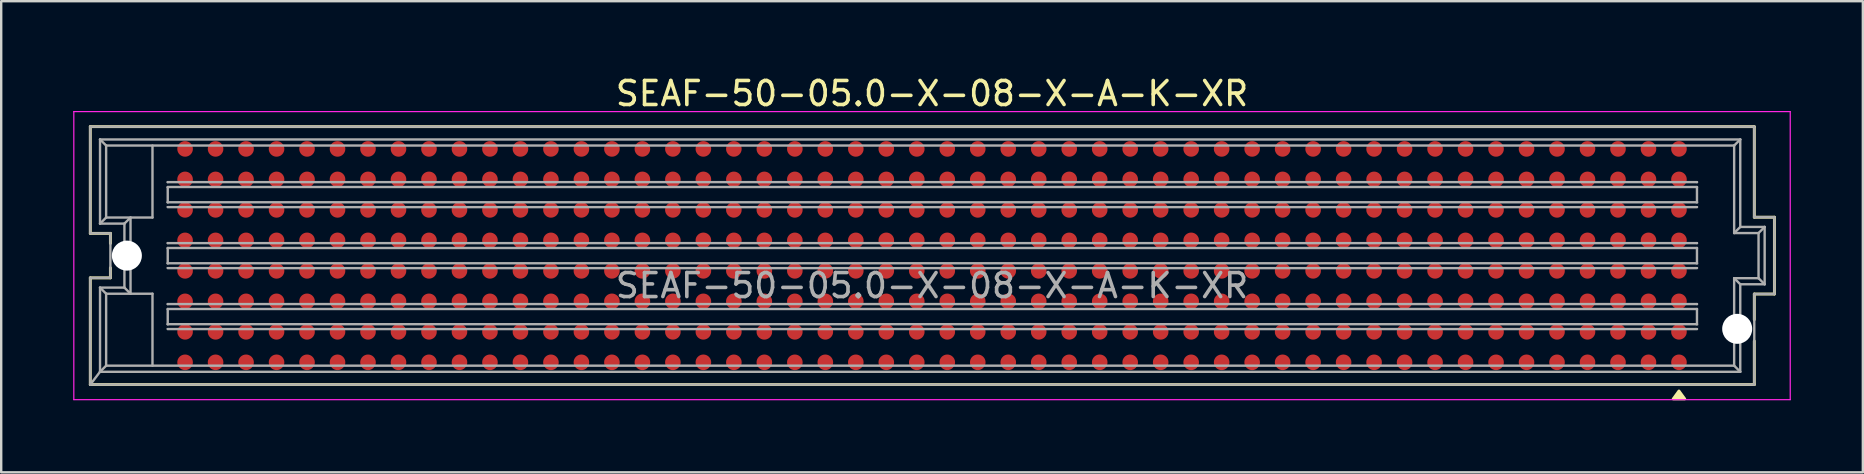
<source format=kicad_pcb>
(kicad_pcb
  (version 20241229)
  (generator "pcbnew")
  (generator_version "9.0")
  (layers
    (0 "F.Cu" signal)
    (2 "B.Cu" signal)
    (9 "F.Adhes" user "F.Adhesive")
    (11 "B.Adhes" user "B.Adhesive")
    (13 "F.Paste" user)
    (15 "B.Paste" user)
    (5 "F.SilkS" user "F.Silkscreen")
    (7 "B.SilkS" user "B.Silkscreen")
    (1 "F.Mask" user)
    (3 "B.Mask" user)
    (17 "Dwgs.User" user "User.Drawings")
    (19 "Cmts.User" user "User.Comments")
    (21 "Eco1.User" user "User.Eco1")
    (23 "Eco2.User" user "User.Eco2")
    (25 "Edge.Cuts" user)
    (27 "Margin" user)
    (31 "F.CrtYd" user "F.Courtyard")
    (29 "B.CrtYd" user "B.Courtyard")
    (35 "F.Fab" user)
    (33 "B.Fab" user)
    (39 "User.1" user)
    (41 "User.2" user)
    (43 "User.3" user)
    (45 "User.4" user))
  (footprint "SEAF-50-05.0-X-08-X-A-K-XR"
    (layer "F.Cu")
    (at 35.775 7.598)
    (property "Reference" "SEAF-50-05.0-X-08-X-A-K-XR" (at 0 -6.75 0) (unlocked yes) (layer "F.SilkS") (effects (font (size 1 1) (thickness 0.15))))
    (attr through_hole)
    (fp_line (start -35.064 -0.927) (end -35.064 -5.372) (stroke (width 0.12) (type default)) (layer "F.SilkS"))
    (fp_line (start -35.064 5.372) (end -35.064 0.927) (stroke (width 0.12) (type default)) (layer "F.SilkS"))
    (fp_line (start -34.226 -0.927) (end -35.064 -0.927) (stroke (width 0.12) (type default)) (layer "F.SilkS"))
    (fp_line (start -34.226 -0.508) (end -34.226 -0.927) (stroke (width 0.12) (type default)) (layer "F.SilkS"))
    (fp_line (start -34.226 0.927) (end -35.064 0.927) (stroke (width 0.12) (type default)) (layer "F.SilkS"))
    (fp_line (start -34.226 0.927) (end -34.226 0.508) (stroke (width 0.12) (type default)) (layer "F.SilkS"))
    (fp_line (start 34.253 -5.372) (end -35.064 -5.372) (stroke (width 0.12) (type default)) (layer "F.SilkS"))
    (fp_line (start 34.253 -1.6) (end 34.253 -5.372) (stroke (width 0.12) (type default)) (layer "F.SilkS"))
    (fp_line (start 34.253 2.667) (end 34.253 1.6) (stroke (width 0.12) (type default)) (layer "F.SilkS"))
    (fp_line (start 34.253 5.372) (end -35.064 5.372) (stroke (width 0.12) (type default)) (layer "F.SilkS"))
    (fp_line (start 34.253 5.372) (end 34.253 3.556) (stroke (width 0.12) (type default)) (layer "F.SilkS"))
    (fp_line (start 35.091 -1.6) (end 34.253 -1.6) (stroke (width 0.12) (type default)) (layer "F.SilkS"))
    (fp_line (start 35.091 1.6) (end 34.253 1.6) (stroke (width 0.12) (type default)) (layer "F.SilkS"))
    (fp_line (start 35.091 1.6) (end 35.091 -1.6) (stroke (width 0.12) (type default)) (layer "F.SilkS"))
    (fp_poly (pts (xy 31.115 5.639) (xy 31.355 5.969) (xy 30.875 5.969) (xy 31.115 5.639)) (stroke (width 0.12) (type solid)) (fill yes) (layer "F.SilkS"))
    (fp_line (start -35.75 -6) (end -35.75 6) (stroke (width 0.05) (type default)) (layer "F.CrtYd"))
    (fp_line (start -35.75 6) (end 35.75 6) (stroke (width 0.05) (type default)) (layer "F.CrtYd"))
    (fp_line (start 35.75 -6) (end -35.75 -6) (stroke (width 0.05) (type default)) (layer "F.CrtYd"))
    (fp_line (start 35.75 6) (end 35.75 -6) (stroke (width 0.05) (type default)) (layer "F.CrtYd"))
    (fp_line (start -35.064 -0.927) (end -35.064 -5.372) (stroke (width 0.1) (type default)) (layer "F.Fab"))
    (fp_line (start -35.064 5.372) (end -35.064 0.927) (stroke (width 0.1) (type default)) (layer "F.Fab"))
    (fp_line (start -34.658 -4.839) (end -34.658 -1.333) (stroke (width 0.1) (type default)) (layer "F.Fab"))
    (fp_line (start -34.658 -1.333) (end -33.642 -1.333) (stroke (width 0.1) (type default)) (layer "F.Fab"))
    (fp_line (start -34.658 1.333) (end -34.658 4.839) (stroke (width 0.1) (type default)) (layer "F.Fab"))
    (fp_line (start -34.658 1.333) (end -34.404 1.587) (stroke (width 0.1) (type default)) (layer "F.Fab"))
    (fp_line (start -34.658 4.839) (end -35.064 5.372) (stroke (width 0.1) (type default)) (layer "F.Fab"))
    (fp_line (start -34.404 -4.585) (end -34.658 -4.839) (stroke (width 0.1) (type default)) (layer "F.Fab"))
    (fp_line (start -34.404 -4.585) (end -34.404 -1.587) (stroke (width 0.1) (type default)) (layer "F.Fab"))
    (fp_line (start -34.404 -1.587) (end -34.658 -1.333) (stroke (width 0.1) (type default)) (layer "F.Fab"))
    (fp_line (start -34.404 -1.587) (end -32.473 -1.587) (stroke (width 0.1) (type default)) (layer "F.Fab"))
    (fp_line (start -34.404 1.587) (end -34.404 4.585) (stroke (width 0.1) (type default)) (layer "F.Fab"))
    (fp_line (start -34.404 4.585) (end -34.658 4.839) (stroke (width 0.1) (type default)) (layer "F.Fab"))
    (fp_line (start -34.226 -0.927) (end -35.064 -0.927) (stroke (width 0.1) (type default)) (layer "F.Fab"))
    (fp_line (start -34.226 0.927) (end -35.064 0.927) (stroke (width 0.1) (type default)) (layer "F.Fab"))
    (fp_line (start -34.226 0.927) (end -34.226 -0.927) (stroke (width 0.1) (type default)) (layer "F.Fab"))
    (fp_line (start -33.642 -1.333) (end -33.642 1.333) (stroke (width 0.1) (type default)) (layer "F.Fab"))
    (fp_line (start -33.642 1.333) (end -34.658 1.333) (stroke (width 0.1) (type default)) (layer "F.Fab"))
    (fp_line (start -33.388 -1.587) (end -33.642 -1.333) (stroke (width 0.1) (type default)) (layer "F.Fab"))
    (fp_line (start -33.388 -1.587) (end -33.388 1.587) (stroke (width 0.1) (type default)) (layer "F.Fab"))
    (fp_line (start -33.388 1.587) (end -33.642 1.333) (stroke (width 0.1) (type default)) (layer "F.Fab"))
    (fp_line (start -32.473 -1.587) (end -32.473 -4.585) (stroke (width 0.1) (type default)) (layer "F.Fab"))
    (fp_line (start -32.473 1.587) (end -34.404 1.587) (stroke (width 0.1) (type default)) (layer "F.Fab"))
    (fp_line (start -32.473 4.585) (end -32.473 1.587) (stroke (width 0.1) (type default)) (layer "F.Fab"))
    (fp_line (start -31.838 -3.061) (end 31.865 -3.061) (stroke (width 0.1) (type default)) (layer "F.Fab"))
    (fp_line (start -31.838 -2.857) (end -31.838 -2.223) (stroke (width 0.1) (type default)) (layer "F.Fab"))
    (fp_line (start -31.838 -2.857) (end 31.865 -2.857) (stroke (width 0.1) (type default)) (layer "F.Fab"))
    (fp_line (start -31.838 -2.223) (end 31.865 -2.223) (stroke (width 0.1) (type default)) (layer "F.Fab"))
    (fp_line (start -31.838 -2.019) (end 31.865 -2.019) (stroke (width 0.1) (type default)) (layer "F.Fab"))
    (fp_line (start -31.838 -0.521) (end 31.865 -0.521) (stroke (width 0.1) (type default)) (layer "F.Fab"))
    (fp_line (start -31.838 -0.318) (end -31.838 0.318) (stroke (width 0.1) (type default)) (layer "F.Fab"))
    (fp_line (start -31.838 -0.318) (end 31.865 -0.318) (stroke (width 0.1) (type default)) (layer "F.Fab"))
    (fp_line (start -31.838 0.318) (end 31.865 0.318) (stroke (width 0.1) (type default)) (layer "F.Fab"))
    (fp_line (start -31.838 0.521) (end 31.865 0.521) (stroke (width 0.1) (type default)) (layer "F.Fab"))
    (fp_line (start -31.838 2.019) (end 31.865 2.019) (stroke (width 0.1) (type default)) (layer "F.Fab"))
    (fp_line (start -31.838 2.223) (end -31.838 2.857) (stroke (width 0.1) (type default)) (layer "F.Fab"))
    (fp_line (start -31.838 2.223) (end 31.865 2.223) (stroke (width 0.1) (type default)) (layer "F.Fab"))
    (fp_line (start -31.838 2.857) (end 31.865 2.857) (stroke (width 0.1) (type default)) (layer "F.Fab"))
    (fp_line (start -31.838 3.061) (end 31.865 3.061) (stroke (width 0.1) (type default)) (layer "F.Fab"))
    (fp_line (start 31.865 -2.857) (end 31.865 -2.223) (stroke (width 0.1) (type default)) (layer "F.Fab"))
    (fp_line (start 31.865 -0.318) (end 31.865 0.318) (stroke (width 0.1) (type default)) (layer "F.Fab"))
    (fp_line (start 31.865 2.223) (end 31.865 2.857) (stroke (width 0.1) (type default)) (layer "F.Fab"))
    (fp_line (start 33.414 -4.585) (end -34.404 -4.585) (stroke (width 0.1) (type default)) (layer "F.Fab"))
    (fp_line (start 33.414 -4.585) (end 33.668 -4.839) (stroke (width 0.1) (type default)) (layer "F.Fab"))
    (fp_line (start 33.414 -0.94) (end 33.414 -4.585) (stroke (width 0.1) (type default)) (layer "F.Fab"))
    (fp_line (start 33.414 -0.94) (end 33.668 -1.194) (stroke (width 0.1) (type default)) (layer "F.Fab"))
    (fp_line (start 33.414 0.94) (end 33.668 1.194) (stroke (width 0.1) (type default)) (layer "F.Fab"))
    (fp_line (start 33.414 0.94) (end 34.43 0.94) (stroke (width 0.1) (type default)) (layer "F.Fab"))
    (fp_line (start 33.414 4.585) (end -34.404 4.585) (stroke (width 0.1) (type default)) (layer "F.Fab"))
    (fp_line (start 33.414 4.585) (end 33.414 0.94) (stroke (width 0.1) (type default)) (layer "F.Fab"))
    (fp_line (start 33.414 4.585) (end 33.668 4.839) (stroke (width 0.1) (type default)) (layer "F.Fab"))
    (fp_line (start 33.668 -4.839) (end -34.658 -4.839) (stroke (width 0.1) (type default)) (layer "F.Fab"))
    (fp_line (start 33.668 -1.194) (end 33.668 -4.839) (stroke (width 0.1) (type default)) (layer "F.Fab"))
    (fp_line (start 33.668 1.194) (end 34.684 1.194) (stroke (width 0.1) (type default)) (layer "F.Fab"))
    (fp_line (start 33.668 4.839) (end -34.658 4.839) (stroke (width 0.1) (type default)) (layer "F.Fab"))
    (fp_line (start 33.668 4.839) (end 33.668 1.194) (stroke (width 0.1) (type default)) (layer "F.Fab"))
    (fp_line (start 34.253 -5.372) (end -35.064 -5.372) (stroke (width 0.1) (type default)) (layer "F.Fab"))
    (fp_line (start 34.253 -1.6) (end 34.253 -5.372) (stroke (width 0.1) (type default)) (layer "F.Fab"))
    (fp_line (start 34.253 5.372) (end -35.064 5.372) (stroke (width 0.1) (type default)) (layer "F.Fab"))
    (fp_line (start 34.253 5.372) (end 34.253 1.6) (stroke (width 0.1) (type default)) (layer "F.Fab"))
    (fp_line (start 34.43 -0.94) (end 33.414 -0.94) (stroke (width 0.1) (type default)) (layer "F.Fab"))
    (fp_line (start 34.43 -0.94) (end 34.684 -1.194) (stroke (width 0.1) (type default)) (layer "F.Fab"))
    (fp_line (start 34.43 0.94) (end 34.43 -0.94) (stroke (width 0.1) (type default)) (layer "F.Fab"))
    (fp_line (start 34.43 0.94) (end 34.684 1.194) (stroke (width 0.1) (type default)) (layer "F.Fab"))
    (fp_line (start 34.684 -1.194) (end 33.668 -1.194) (stroke (width 0.1) (type default)) (layer "F.Fab"))
    (fp_line (start 34.684 1.194) (end 34.684 -1.194) (stroke (width 0.1) (type default)) (layer "F.Fab"))
    (fp_line (start 35.091 -1.6) (end 34.253 -1.6) (stroke (width 0.1) (type default)) (layer "F.Fab"))
    (fp_line (start 35.091 1.6) (end 34.253 1.6) (stroke (width 0.1) (type default)) (layer "F.Fab"))
    (fp_line (start 35.091 1.6) (end 35.091 -1.6) (stroke (width 0.1) (type default)) (layer "F.Fab"))
    (fp_curve (pts (xy -31.838 -3.061) (xy -31.838 -3.063) (xy -31.838 -2.966) (xy -31.838 -2.857)) (stroke (width 0.1) (type default)) (layer "F.Fab"))
    (fp_curve (pts (xy -31.838 -2.223) (xy -31.838 -2.114) (xy -31.838 -2.017) (xy -31.838 -2.019)) (stroke (width 0.1) (type default)) (layer "F.Fab"))
    (fp_curve (pts (xy -31.838 -0.521) (xy -31.838 -0.523) (xy -31.838 -0.426) (xy -31.838 -0.318)) (stroke (width 0.1) (type default)) (layer "F.Fab"))
    (fp_curve (pts (xy -31.838 0.318) (xy -31.838 0.426) (xy -31.838 0.523) (xy -31.838 0.521)) (stroke (width 0.1) (type default)) (layer "F.Fab"))
    (fp_curve (pts (xy -31.838 2.019) (xy -31.838 2.017) (xy -31.838 2.114) (xy -31.838 2.223)) (stroke (width 0.1) (type default)) (layer "F.Fab"))
    (fp_curve (pts (xy -31.838 2.857) (xy -31.838 2.966) (xy -31.838 3.063) (xy -31.838 3.061)) (stroke (width 0.1) (type default)) (layer "F.Fab"))
    (fp_curve (pts (xy 31.865 -3.061) (xy 31.865 -3.063) (xy 31.865 -2.966) (xy 31.865 -2.857)) (stroke (width 0.1) (type default)) (layer "F.Fab"))
    (fp_curve (pts (xy 31.865 -2.223) (xy 31.865 -2.114) (xy 31.865 -2.017) (xy 31.865 -2.019)) (stroke (width 0.1) (type default)) (layer "F.Fab"))
    (fp_curve (pts (xy 31.865 -0.521) (xy 31.865 -0.523) (xy 31.865 -0.426) (xy 31.865 -0.318)) (stroke (width 0.1) (type default)) (layer "F.Fab"))
    (fp_curve (pts (xy 31.865 0.318) (xy 31.865 0.426) (xy 31.865 0.523) (xy 31.865 0.521)) (stroke (width 0.1) (type default)) (layer "F.Fab"))
    (fp_curve (pts (xy 31.865 2.019) (xy 31.865 2.017) (xy 31.865 2.114) (xy 31.865 2.223)) (stroke (width 0.1) (type default)) (layer "F.Fab"))
    (fp_curve (pts (xy 31.865 2.857) (xy 31.865 2.966) (xy 31.865 3.063) (xy 31.865 3.061)) (stroke (width 0.1) (type default)) (layer "F.Fab"))
    (fp_text user "${REFERENCE}" (at 0 1.25 0) (unlocked yes) (layer "F.Fab") (effects (font (size 1 1) (thickness 0.15))))
    (pad "" np_thru_hole circle (at -33.54 0) (size 1.25 1.25) (drill 1.25) (layers "*.Cu" "*.Mask"))
    (pad "" np_thru_hole circle (at 33.54 3.05) (size 1.25 1.25) (drill 1.25) (layers "*.Cu" "*.Mask"))
    (pad "A1" smd circle (at 31.115 4.445) (size 0.65 0.65) (layers "F.Cu" "F.Mask" "F.Paste"))
    (pad "A2" smd circle (at 29.845 4.445) (size 0.65 0.65) (layers "F.Cu" "F.Mask" "F.Paste"))
    (pad "A3" smd circle (at 28.575 4.445) (size 0.65 0.65) (layers "F.Cu" "F.Mask" "F.Paste"))
    (pad "A4" smd circle (at 27.305 4.445) (size 0.65 0.65) (layers "F.Cu" "F.Mask" "F.Paste"))
    (pad "A5" smd circle (at 26.035 4.445) (size 0.65 0.65) (layers "F.Cu" "F.Mask" "F.Paste"))
    (pad "A6" smd circle (at 24.765 4.445) (size 0.65 0.65) (layers "F.Cu" "F.Mask" "F.Paste"))
    (pad "A7" smd circle (at 23.495 4.445) (size 0.65 0.65) (layers "F.Cu" "F.Mask" "F.Paste"))
    (pad "A8" smd circle (at 22.225 4.445) (size 0.65 0.65) (layers "F.Cu" "F.Mask" "F.Paste"))
    (pad "A9" smd circle (at 20.955 4.445) (size 0.65 0.65) (layers "F.Cu" "F.Mask" "F.Paste"))
    (pad "A10" smd circle (at 19.685 4.445) (size 0.65 0.65) (layers "F.Cu" "F.Mask" "F.Paste"))
    (pad "A11" smd circle (at 18.415 4.445) (size 0.65 0.65) (layers "F.Cu" "F.Mask" "F.Paste"))
    (pad "A12" smd circle (at 17.145 4.445) (size 0.65 0.65) (layers "F.Cu" "F.Mask" "F.Paste"))
    (pad "A13" smd circle (at 15.875 4.445) (size 0.65 0.65) (layers "F.Cu" "F.Mask" "F.Paste"))
    (pad "A14" smd circle (at 14.605 4.445) (size 0.65 0.65) (layers "F.Cu" "F.Mask" "F.Paste"))
    (pad "A15" smd circle (at 13.335 4.445) (size 0.65 0.65) (layers "F.Cu" "F.Mask" "F.Paste"))
    (pad "A16" smd circle (at 12.065 4.445) (size 0.65 0.65) (layers "F.Cu" "F.Mask" "F.Paste"))
    (pad "A17" smd circle (at 10.795 4.445) (size 0.65 0.65) (layers "F.Cu" "F.Mask" "F.Paste"))
    (pad "A18" smd circle (at 9.525 4.445) (size 0.65 0.65) (layers "F.Cu" "F.Mask" "F.Paste"))
    (pad "A19" smd circle (at 8.255 4.445) (size 0.65 0.65) (layers "F.Cu" "F.Mask" "F.Paste"))
    (pad "A20" smd circle (at 6.985 4.445) (size 0.65 0.65) (layers "F.Cu" "F.Mask" "F.Paste"))
    (pad "A21" smd circle (at 5.715 4.445) (size 0.65 0.65) (layers "F.Cu" "F.Mask" "F.Paste"))
    (pad "A22" smd circle (at 4.445 4.445) (size 0.65 0.65) (layers "F.Cu" "F.Mask" "F.Paste"))
    (pad "A23" smd circle (at 3.175 4.445) (size 0.65 0.65) (layers "F.Cu" "F.Mask" "F.Paste"))
    (pad "A24" smd circle (at 1.905 4.445) (size 0.65 0.65) (layers "F.Cu" "F.Mask" "F.Paste"))
    (pad "A25" smd circle (at 0.635 4.445) (size 0.65 0.65) (layers "F.Cu" "F.Mask" "F.Paste"))
    (pad "A26" smd circle (at -0.635 4.445) (size 0.65 0.65) (layers "F.Cu" "F.Mask" "F.Paste"))
    (pad "A27" smd circle (at -1.905 4.445) (size 0.65 0.65) (layers "F.Cu" "F.Mask" "F.Paste"))
    (pad "A28" smd circle (at -3.175 4.445) (size 0.65 0.65) (layers "F.Cu" "F.Mask" "F.Paste"))
    (pad "A29" smd circle (at -4.445 4.445) (size 0.65 0.65) (layers "F.Cu" "F.Mask" "F.Paste"))
    (pad "A30" smd circle (at -5.715 4.445) (size 0.65 0.65) (layers "F.Cu" "F.Mask" "F.Paste"))
    (pad "A31" smd circle (at -6.985 4.445) (size 0.65 0.65) (layers "F.Cu" "F.Mask" "F.Paste"))
    (pad "A32" smd circle (at -8.255 4.445) (size 0.65 0.65) (layers "F.Cu" "F.Mask" "F.Paste"))
    (pad "A33" smd circle (at -9.525 4.445) (size 0.65 0.65) (layers "F.Cu" "F.Mask" "F.Paste"))
    (pad "A34" smd circle (at -10.795 4.445) (size 0.65 0.65) (layers "F.Cu" "F.Mask" "F.Paste"))
    (pad "A35" smd circle (at -12.065 4.445) (size 0.65 0.65) (layers "F.Cu" "F.Mask" "F.Paste"))
    (pad "A36" smd circle (at -13.335 4.445) (size 0.65 0.65) (layers "F.Cu" "F.Mask" "F.Paste"))
    (pad "A37" smd circle (at -14.605 4.445) (size 0.65 0.65) (layers "F.Cu" "F.Mask" "F.Paste"))
    (pad "A38" smd circle (at -15.875 4.445) (size 0.65 0.65) (layers "F.Cu" "F.Mask" "F.Paste"))
    (pad "A39" smd circle (at -17.145 4.445) (size 0.65 0.65) (layers "F.Cu" "F.Mask" "F.Paste"))
    (pad "A40" smd circle (at -18.415 4.445) (size 0.65 0.65) (layers "F.Cu" "F.Mask" "F.Paste"))
    (pad "A41" smd circle (at -19.685 4.445) (size 0.65 0.65) (layers "F.Cu" "F.Mask" "F.Paste"))
    (pad "A42" smd circle (at -20.955 4.445) (size 0.65 0.65) (layers "F.Cu" "F.Mask" "F.Paste"))
    (pad "A43" smd circle (at -22.225 4.445) (size 0.65 0.65) (layers "F.Cu" "F.Mask" "F.Paste"))
    (pad "A44" smd circle (at -23.495 4.445) (size 0.65 0.65) (layers "F.Cu" "F.Mask" "F.Paste"))
    (pad "A45" smd circle (at -24.765 4.445) (size 0.65 0.65) (layers "F.Cu" "F.Mask" "F.Paste"))
    (pad "A46" smd circle (at -26.035 4.445) (size 0.65 0.65) (layers "F.Cu" "F.Mask" "F.Paste"))
    (pad "A47" smd circle (at -27.305 4.445) (size 0.65 0.65) (layers "F.Cu" "F.Mask" "F.Paste"))
    (pad "A48" smd circle (at -28.575 4.445) (size 0.65 0.65) (layers "F.Cu" "F.Mask" "F.Paste"))
    (pad "A49" smd circle (at -29.845 4.445) (size 0.65 0.65) (layers "F.Cu" "F.Mask" "F.Paste"))
    (pad "A50" smd circle (at -31.115 4.445) (size 0.65 0.65) (layers "F.Cu" "F.Mask" "F.Paste"))
    (pad "B1" smd circle (at 31.115 3.175) (size 0.65 0.65) (layers "F.Cu" "F.Mask" "F.Paste"))
    (pad "B2" smd circle (at 29.845 3.175) (size 0.65 0.65) (layers "F.Cu" "F.Mask" "F.Paste"))
    (pad "B3" smd circle (at 28.575 3.175) (size 0.65 0.65) (layers "F.Cu" "F.Mask" "F.Paste"))
    (pad "B4" smd circle (at 27.305 3.175) (size 0.65 0.65) (layers "F.Cu" "F.Mask" "F.Paste"))
    (pad "B5" smd circle (at 26.035 3.175) (size 0.65 0.65) (layers "F.Cu" "F.Mask" "F.Paste"))
    (pad "B6" smd circle (at 24.765 3.175) (size 0.65 0.65) (layers "F.Cu" "F.Mask" "F.Paste"))
    (pad "B7" smd circle (at 23.495 3.175) (size 0.65 0.65) (layers "F.Cu" "F.Mask" "F.Paste"))
    (pad "B8" smd circle (at 22.225 3.175) (size 0.65 0.65) (layers "F.Cu" "F.Mask" "F.Paste"))
    (pad "B9" smd circle (at 20.955 3.175) (size 0.65 0.65) (layers "F.Cu" "F.Mask" "F.Paste"))
    (pad "B10" smd circle (at 19.685 3.175) (size 0.65 0.65) (layers "F.Cu" "F.Mask" "F.Paste"))
    (pad "B11" smd circle (at 18.415 3.175) (size 0.65 0.65) (layers "F.Cu" "F.Mask" "F.Paste"))
    (pad "B12" smd circle (at 17.145 3.175) (size 0.65 0.65) (layers "F.Cu" "F.Mask" "F.Paste"))
    (pad "B13" smd circle (at 15.875 3.175) (size 0.65 0.65) (layers "F.Cu" "F.Mask" "F.Paste"))
    (pad "B14" smd circle (at 14.605 3.175) (size 0.65 0.65) (layers "F.Cu" "F.Mask" "F.Paste"))
    (pad "B15" smd circle (at 13.335 3.175) (size 0.65 0.65) (layers "F.Cu" "F.Mask" "F.Paste"))
    (pad "B16" smd circle (at 12.065 3.175) (size 0.65 0.65) (layers "F.Cu" "F.Mask" "F.Paste"))
    (pad "B17" smd circle (at 10.795 3.175) (size 0.65 0.65) (layers "F.Cu" "F.Mask" "F.Paste"))
    (pad "B18" smd circle (at 9.525 3.175) (size 0.65 0.65) (layers "F.Cu" "F.Mask" "F.Paste"))
    (pad "B19" smd circle (at 8.255 3.175) (size 0.65 0.65) (layers "F.Cu" "F.Mask" "F.Paste"))
    (pad "B20" smd circle (at 6.985 3.175) (size 0.65 0.65) (layers "F.Cu" "F.Mask" "F.Paste"))
    (pad "B21" smd circle (at 5.715 3.175) (size 0.65 0.65) (layers "F.Cu" "F.Mask" "F.Paste"))
    (pad "B22" smd circle (at 4.445 3.175) (size 0.65 0.65) (layers "F.Cu" "F.Mask" "F.Paste"))
    (pad "B23" smd circle (at 3.175 3.175) (size 0.65 0.65) (layers "F.Cu" "F.Mask" "F.Paste"))
    (pad "B24" smd circle (at 1.905 3.175) (size 0.65 0.65) (layers "F.Cu" "F.Mask" "F.Paste"))
    (pad "B25" smd circle (at 0.635 3.175) (size 0.65 0.65) (layers "F.Cu" "F.Mask" "F.Paste"))
    (pad "B26" smd circle (at -0.635 3.175) (size 0.65 0.65) (layers "F.Cu" "F.Mask" "F.Paste"))
    (pad "B27" smd circle (at -1.905 3.175) (size 0.65 0.65) (layers "F.Cu" "F.Mask" "F.Paste"))
    (pad "B28" smd circle (at -3.175 3.175) (size 0.65 0.65) (layers "F.Cu" "F.Mask" "F.Paste"))
    (pad "B29" smd circle (at -4.445 3.175) (size 0.65 0.65) (layers "F.Cu" "F.Mask" "F.Paste"))
    (pad "B30" smd circle (at -5.715 3.175) (size 0.65 0.65) (layers "F.Cu" "F.Mask" "F.Paste"))
    (pad "B31" smd circle (at -6.985 3.175) (size 0.65 0.65) (layers "F.Cu" "F.Mask" "F.Paste"))
    (pad "B32" smd circle (at -8.255 3.175) (size 0.65 0.65) (layers "F.Cu" "F.Mask" "F.Paste"))
    (pad "B33" smd circle (at -9.525 3.175) (size 0.65 0.65) (layers "F.Cu" "F.Mask" "F.Paste"))
    (pad "B34" smd circle (at -10.795 3.175) (size 0.65 0.65) (layers "F.Cu" "F.Mask" "F.Paste"))
    (pad "B35" smd circle (at -12.065 3.175) (size 0.65 0.65) (layers "F.Cu" "F.Mask" "F.Paste"))
    (pad "B36" smd circle (at -13.335 3.175) (size 0.65 0.65) (layers "F.Cu" "F.Mask" "F.Paste"))
    (pad "B37" smd circle (at -14.605 3.175) (size 0.65 0.65) (layers "F.Cu" "F.Mask" "F.Paste"))
    (pad "B38" smd circle (at -15.875 3.175) (size 0.65 0.65) (layers "F.Cu" "F.Mask" "F.Paste"))
    (pad "B39" smd circle (at -17.145 3.175) (size 0.65 0.65) (layers "F.Cu" "F.Mask" "F.Paste"))
    (pad "B40" smd circle (at -18.415 3.175) (size 0.65 0.65) (layers "F.Cu" "F.Mask" "F.Paste"))
    (pad "B41" smd circle (at -19.685 3.175) (size 0.65 0.65) (layers "F.Cu" "F.Mask" "F.Paste"))
    (pad "B42" smd circle (at -20.955 3.175) (size 0.65 0.65) (layers "F.Cu" "F.Mask" "F.Paste"))
    (pad "B43" smd circle (at -22.225 3.175) (size 0.65 0.65) (layers "F.Cu" "F.Mask" "F.Paste"))
    (pad "B44" smd circle (at -23.495 3.175) (size 0.65 0.65) (layers "F.Cu" "F.Mask" "F.Paste"))
    (pad "B45" smd circle (at -24.765 3.175) (size 0.65 0.65) (layers "F.Cu" "F.Mask" "F.Paste"))
    (pad "B46" smd circle (at -26.035 3.175) (size 0.65 0.65) (layers "F.Cu" "F.Mask" "F.Paste"))
    (pad "B47" smd circle (at -27.305 3.175) (size 0.65 0.65) (layers "F.Cu" "F.Mask" "F.Paste"))
    (pad "B48" smd circle (at -28.575 3.175) (size 0.65 0.65) (layers "F.Cu" "F.Mask" "F.Paste"))
    (pad "B49" smd circle (at -29.845 3.175) (size 0.65 0.65) (layers "F.Cu" "F.Mask" "F.Paste"))
    (pad "B50" smd circle (at -31.115 3.175) (size 0.65 0.65) (layers "F.Cu" "F.Mask" "F.Paste"))
    (pad "C1" smd circle (at 31.115 1.905) (size 0.65 0.65) (layers "F.Cu" "F.Mask" "F.Paste"))
    (pad "C2" smd circle (at 29.845 1.905) (size 0.65 0.65) (layers "F.Cu" "F.Mask" "F.Paste"))
    (pad "C3" smd circle (at 28.575 1.905) (size 0.65 0.65) (layers "F.Cu" "F.Mask" "F.Paste"))
    (pad "C4" smd circle (at 27.305 1.905) (size 0.65 0.65) (layers "F.Cu" "F.Mask" "F.Paste"))
    (pad "C5" smd circle (at 26.035 1.905) (size 0.65 0.65) (layers "F.Cu" "F.Mask" "F.Paste"))
    (pad "C6" smd circle (at 24.765 1.905) (size 0.65 0.65) (layers "F.Cu" "F.Mask" "F.Paste"))
    (pad "C7" smd circle (at 23.495 1.905) (size 0.65 0.65) (layers "F.Cu" "F.Mask" "F.Paste"))
    (pad "C8" smd circle (at 22.225 1.905) (size 0.65 0.65) (layers "F.Cu" "F.Mask" "F.Paste"))
    (pad "C9" smd circle (at 20.955 1.905) (size 0.65 0.65) (layers "F.Cu" "F.Mask" "F.Paste"))
    (pad "C10" smd circle (at 19.685 1.905) (size 0.65 0.65) (layers "F.Cu" "F.Mask" "F.Paste"))
    (pad "C11" smd circle (at 18.415 1.905) (size 0.65 0.65) (layers "F.Cu" "F.Mask" "F.Paste"))
    (pad "C12" smd circle (at 17.145 1.905) (size 0.65 0.65) (layers "F.Cu" "F.Mask" "F.Paste"))
    (pad "C13" smd circle (at 15.875 1.905) (size 0.65 0.65) (layers "F.Cu" "F.Mask" "F.Paste"))
    (pad "C14" smd circle (at 14.605 1.905) (size 0.65 0.65) (layers "F.Cu" "F.Mask" "F.Paste"))
    (pad "C15" smd circle (at 13.335 1.905) (size 0.65 0.65) (layers "F.Cu" "F.Mask" "F.Paste"))
    (pad "C16" smd circle (at 12.065 1.905) (size 0.65 0.65) (layers "F.Cu" "F.Mask" "F.Paste"))
    (pad "C17" smd circle (at 10.795 1.905) (size 0.65 0.65) (layers "F.Cu" "F.Mask" "F.Paste"))
    (pad "C18" smd circle (at 9.525 1.905) (size 0.65 0.65) (layers "F.Cu" "F.Mask" "F.Paste"))
    (pad "C19" smd circle (at 8.255 1.905) (size 0.65 0.65) (layers "F.Cu" "F.Mask" "F.Paste"))
    (pad "C20" smd circle (at 6.985 1.905) (size 0.65 0.65) (layers "F.Cu" "F.Mask" "F.Paste"))
    (pad "C21" smd circle (at 5.715 1.905) (size 0.65 0.65) (layers "F.Cu" "F.Mask" "F.Paste"))
    (pad "C22" smd circle (at 4.445 1.905) (size 0.65 0.65) (layers "F.Cu" "F.Mask" "F.Paste"))
    (pad "C23" smd circle (at 3.175 1.905) (size 0.65 0.65) (layers "F.Cu" "F.Mask" "F.Paste"))
    (pad "C24" smd circle (at 1.905 1.905) (size 0.65 0.65) (layers "F.Cu" "F.Mask" "F.Paste"))
    (pad "C25" smd circle (at 0.635 1.905) (size 0.65 0.65) (layers "F.Cu" "F.Mask" "F.Paste"))
    (pad "C26" smd circle (at -0.635 1.905) (size 0.65 0.65) (layers "F.Cu" "F.Mask" "F.Paste"))
    (pad "C27" smd circle (at -1.905 1.905) (size 0.65 0.65) (layers "F.Cu" "F.Mask" "F.Paste"))
    (pad "C28" smd circle (at -3.175 1.905) (size 0.65 0.65) (layers "F.Cu" "F.Mask" "F.Paste"))
    (pad "C29" smd circle (at -4.445 1.905) (size 0.65 0.65) (layers "F.Cu" "F.Mask" "F.Paste"))
    (pad "C30" smd circle (at -5.715 1.905) (size 0.65 0.65) (layers "F.Cu" "F.Mask" "F.Paste"))
    (pad "C31" smd circle (at -6.985 1.905) (size 0.65 0.65) (layers "F.Cu" "F.Mask" "F.Paste"))
    (pad "C32" smd circle (at -8.255 1.905) (size 0.65 0.65) (layers "F.Cu" "F.Mask" "F.Paste"))
    (pad "C33" smd circle (at -9.525 1.905) (size 0.65 0.65) (layers "F.Cu" "F.Mask" "F.Paste"))
    (pad "C34" smd circle (at -10.795 1.905) (size 0.65 0.65) (layers "F.Cu" "F.Mask" "F.Paste"))
    (pad "C35" smd circle (at -12.065 1.905) (size 0.65 0.65) (layers "F.Cu" "F.Mask" "F.Paste"))
    (pad "C36" smd circle (at -13.335 1.905) (size 0.65 0.65) (layers "F.Cu" "F.Mask" "F.Paste"))
    (pad "C37" smd circle (at -14.605 1.905) (size 0.65 0.65) (layers "F.Cu" "F.Mask" "F.Paste"))
    (pad "C38" smd circle (at -15.875 1.905) (size 0.65 0.65) (layers "F.Cu" "F.Mask" "F.Paste"))
    (pad "C39" smd circle (at -17.145 1.905) (size 0.65 0.65) (layers "F.Cu" "F.Mask" "F.Paste"))
    (pad "C40" smd circle (at -18.415 1.905) (size 0.65 0.65) (layers "F.Cu" "F.Mask" "F.Paste"))
    (pad "C41" smd circle (at -19.685 1.905) (size 0.65 0.65) (layers "F.Cu" "F.Mask" "F.Paste"))
    (pad "C42" smd circle (at -20.955 1.905) (size 0.65 0.65) (layers "F.Cu" "F.Mask" "F.Paste"))
    (pad "C43" smd circle (at -22.225 1.905) (size 0.65 0.65) (layers "F.Cu" "F.Mask" "F.Paste"))
    (pad "C44" smd circle (at -23.495 1.905) (size 0.65 0.65) (layers "F.Cu" "F.Mask" "F.Paste"))
    (pad "C45" smd circle (at -24.765 1.905) (size 0.65 0.65) (layers "F.Cu" "F.Mask" "F.Paste"))
    (pad "C46" smd circle (at -26.035 1.905) (size 0.65 0.65) (layers "F.Cu" "F.Mask" "F.Paste"))
    (pad "C47" smd circle (at -27.305 1.905) (size 0.65 0.65) (layers "F.Cu" "F.Mask" "F.Paste"))
    (pad "C48" smd circle (at -28.575 1.905) (size 0.65 0.65) (layers "F.Cu" "F.Mask" "F.Paste"))
    (pad "C49" smd circle (at -29.845 1.905) (size 0.65 0.65) (layers "F.Cu" "F.Mask" "F.Paste"))
    (pad "C50" smd circle (at -31.115 1.905) (size 0.65 0.65) (layers "F.Cu" "F.Mask" "F.Paste"))
    (pad "D1" smd circle (at 31.115 0.635) (size 0.65 0.65) (layers "F.Cu" "F.Mask" "F.Paste"))
    (pad "D2" smd circle (at 29.845 0.635) (size 0.65 0.65) (layers "F.Cu" "F.Mask" "F.Paste"))
    (pad "D3" smd circle (at 28.575 0.635) (size 0.65 0.65) (layers "F.Cu" "F.Mask" "F.Paste"))
    (pad "D4" smd circle (at 27.305 0.635) (size 0.65 0.65) (layers "F.Cu" "F.Mask" "F.Paste"))
    (pad "D5" smd circle (at 26.035 0.635) (size 0.65 0.65) (layers "F.Cu" "F.Mask" "F.Paste"))
    (pad "D6" smd circle (at 24.765 0.635) (size 0.65 0.65) (layers "F.Cu" "F.Mask" "F.Paste"))
    (pad "D7" smd circle (at 23.495 0.635) (size 0.65 0.65) (layers "F.Cu" "F.Mask" "F.Paste"))
    (pad "D8" smd circle (at 22.225 0.635) (size 0.65 0.65) (layers "F.Cu" "F.Mask" "F.Paste"))
    (pad "D9" smd circle (at 20.955 0.635) (size 0.65 0.65) (layers "F.Cu" "F.Mask" "F.Paste"))
    (pad "D10" smd circle (at 19.685 0.635) (size 0.65 0.65) (layers "F.Cu" "F.Mask" "F.Paste"))
    (pad "D11" smd circle (at 18.415 0.635) (size 0.65 0.65) (layers "F.Cu" "F.Mask" "F.Paste"))
    (pad "D12" smd circle (at 17.145 0.635) (size 0.65 0.65) (layers "F.Cu" "F.Mask" "F.Paste"))
    (pad "D13" smd circle (at 15.875 0.635) (size 0.65 0.65) (layers "F.Cu" "F.Mask" "F.Paste"))
    (pad "D14" smd circle (at 14.605 0.635) (size 0.65 0.65) (layers "F.Cu" "F.Mask" "F.Paste"))
    (pad "D15" smd circle (at 13.335 0.635) (size 0.65 0.65) (layers "F.Cu" "F.Mask" "F.Paste"))
    (pad "D16" smd circle (at 12.065 0.635) (size 0.65 0.65) (layers "F.Cu" "F.Mask" "F.Paste"))
    (pad "D17" smd circle (at 10.795 0.635) (size 0.65 0.65) (layers "F.Cu" "F.Mask" "F.Paste"))
    (pad "D18" smd circle (at 9.525 0.635) (size 0.65 0.65) (layers "F.Cu" "F.Mask" "F.Paste"))
    (pad "D19" smd circle (at 8.255 0.635) (size 0.65 0.65) (layers "F.Cu" "F.Mask" "F.Paste"))
    (pad "D20" smd circle (at 6.985 0.635) (size 0.65 0.65) (layers "F.Cu" "F.Mask" "F.Paste"))
    (pad "D21" smd circle (at 5.715 0.635) (size 0.65 0.65) (layers "F.Cu" "F.Mask" "F.Paste"))
    (pad "D22" smd circle (at 4.445 0.635) (size 0.65 0.65) (layers "F.Cu" "F.Mask" "F.Paste"))
    (pad "D23" smd circle (at 3.175 0.635) (size 0.65 0.65) (layers "F.Cu" "F.Mask" "F.Paste"))
    (pad "D24" smd circle (at 1.905 0.635) (size 0.65 0.65) (layers "F.Cu" "F.Mask" "F.Paste"))
    (pad "D25" smd circle (at 0.635 0.635) (size 0.65 0.65) (layers "F.Cu" "F.Mask" "F.Paste"))
    (pad "D26" smd circle (at -0.635 0.635) (size 0.65 0.65) (layers "F.Cu" "F.Mask" "F.Paste"))
    (pad "D27" smd circle (at -1.905 0.635) (size 0.65 0.65) (layers "F.Cu" "F.Mask" "F.Paste"))
    (pad "D28" smd circle (at -3.175 0.635) (size 0.65 0.65) (layers "F.Cu" "F.Mask" "F.Paste"))
    (pad "D29" smd circle (at -4.445 0.635) (size 0.65 0.65) (layers "F.Cu" "F.Mask" "F.Paste"))
    (pad "D30" smd circle (at -5.715 0.635) (size 0.65 0.65) (layers "F.Cu" "F.Mask" "F.Paste"))
    (pad "D31" smd circle (at -6.985 0.635) (size 0.65 0.65) (layers "F.Cu" "F.Mask" "F.Paste"))
    (pad "D32" smd circle (at -8.255 0.635) (size 0.65 0.65) (layers "F.Cu" "F.Mask" "F.Paste"))
    (pad "D33" smd circle (at -9.525 0.635) (size 0.65 0.65) (layers "F.Cu" "F.Mask" "F.Paste"))
    (pad "D34" smd circle (at -10.795 0.635) (size 0.65 0.65) (layers "F.Cu" "F.Mask" "F.Paste"))
    (pad "D35" smd circle (at -12.065 0.635) (size 0.65 0.65) (layers "F.Cu" "F.Mask" "F.Paste"))
    (pad "D36" smd circle (at -13.335 0.635) (size 0.65 0.65) (layers "F.Cu" "F.Mask" "F.Paste"))
    (pad "D37" smd circle (at -14.605 0.635) (size 0.65 0.65) (layers "F.Cu" "F.Mask" "F.Paste"))
    (pad "D38" smd circle (at -15.875 0.635) (size 0.65 0.65) (layers "F.Cu" "F.Mask" "F.Paste"))
    (pad "D39" smd circle (at -17.145 0.635) (size 0.65 0.65) (layers "F.Cu" "F.Mask" "F.Paste"))
    (pad "D40" smd circle (at -18.415 0.635) (size 0.65 0.65) (layers "F.Cu" "F.Mask" "F.Paste"))
    (pad "D41" smd circle (at -19.685 0.635) (size 0.65 0.65) (layers "F.Cu" "F.Mask" "F.Paste"))
    (pad "D42" smd circle (at -20.955 0.635) (size 0.65 0.65) (layers "F.Cu" "F.Mask" "F.Paste"))
    (pad "D43" smd circle (at -22.225 0.635) (size 0.65 0.65) (layers "F.Cu" "F.Mask" "F.Paste"))
    (pad "D44" smd circle (at -23.495 0.635) (size 0.65 0.65) (layers "F.Cu" "F.Mask" "F.Paste"))
    (pad "D45" smd circle (at -24.765 0.635) (size 0.65 0.65) (layers "F.Cu" "F.Mask" "F.Paste"))
    (pad "D46" smd circle (at -26.035 0.635) (size 0.65 0.65) (layers "F.Cu" "F.Mask" "F.Paste"))
    (pad "D47" smd circle (at -27.305 0.635) (size 0.65 0.65) (layers "F.Cu" "F.Mask" "F.Paste"))
    (pad "D48" smd circle (at -28.575 0.635) (size 0.65 0.65) (layers "F.Cu" "F.Mask" "F.Paste"))
    (pad "D49" smd circle (at -29.845 0.635) (size 0.65 0.65) (layers "F.Cu" "F.Mask" "F.Paste"))
    (pad "D50" smd circle (at -31.115 0.635) (size 0.65 0.65) (layers "F.Cu" "F.Mask" "F.Paste"))
    (pad "E1" smd circle (at 31.115 -0.635) (size 0.65 0.65) (layers "F.Cu" "F.Mask" "F.Paste"))
    (pad "E2" smd circle (at 29.845 -0.635) (size 0.65 0.65) (layers "F.Cu" "F.Mask" "F.Paste"))
    (pad "E3" smd circle (at 28.575 -0.635) (size 0.65 0.65) (layers "F.Cu" "F.Mask" "F.Paste"))
    (pad "E4" smd circle (at 27.305 -0.635) (size 0.65 0.65) (layers "F.Cu" "F.Mask" "F.Paste"))
    (pad "E5" smd circle (at 26.035 -0.635) (size 0.65 0.65) (layers "F.Cu" "F.Mask" "F.Paste"))
    (pad "E6" smd circle (at 24.765 -0.635) (size 0.65 0.65) (layers "F.Cu" "F.Mask" "F.Paste"))
    (pad "E7" smd circle (at 23.495 -0.635) (size 0.65 0.65) (layers "F.Cu" "F.Mask" "F.Paste"))
    (pad "E8" smd circle (at 22.225 -0.635) (size 0.65 0.65) (layers "F.Cu" "F.Mask" "F.Paste"))
    (pad "E9" smd circle (at 20.955 -0.635) (size 0.65 0.65) (layers "F.Cu" "F.Mask" "F.Paste"))
    (pad "E10" smd circle (at 19.685 -0.635) (size 0.65 0.65) (layers "F.Cu" "F.Mask" "F.Paste"))
    (pad "E11" smd circle (at 18.415 -0.635) (size 0.65 0.65) (layers "F.Cu" "F.Mask" "F.Paste"))
    (pad "E12" smd circle (at 17.145 -0.635) (size 0.65 0.65) (layers "F.Cu" "F.Mask" "F.Paste"))
    (pad "E13" smd circle (at 15.875 -0.635) (size 0.65 0.65) (layers "F.Cu" "F.Mask" "F.Paste"))
    (pad "E14" smd circle (at 14.605 -0.635) (size 0.65 0.65) (layers "F.Cu" "F.Mask" "F.Paste"))
    (pad "E15" smd circle (at 13.335 -0.635) (size 0.65 0.65) (layers "F.Cu" "F.Mask" "F.Paste"))
    (pad "E16" smd circle (at 12.065 -0.635) (size 0.65 0.65) (layers "F.Cu" "F.Mask" "F.Paste"))
    (pad "E17" smd circle (at 10.795 -0.635) (size 0.65 0.65) (layers "F.Cu" "F.Mask" "F.Paste"))
    (pad "E18" smd circle (at 9.525 -0.635) (size 0.65 0.65) (layers "F.Cu" "F.Mask" "F.Paste"))
    (pad "E19" smd circle (at 8.255 -0.635) (size 0.65 0.65) (layers "F.Cu" "F.Mask" "F.Paste"))
    (pad "E20" smd circle (at 6.985 -0.635) (size 0.65 0.65) (layers "F.Cu" "F.Mask" "F.Paste"))
    (pad "E21" smd circle (at 5.715 -0.635) (size 0.65 0.65) (layers "F.Cu" "F.Mask" "F.Paste"))
    (pad "E22" smd circle (at 4.445 -0.635) (size 0.65 0.65) (layers "F.Cu" "F.Mask" "F.Paste"))
    (pad "E23" smd circle (at 3.175 -0.635) (size 0.65 0.65) (layers "F.Cu" "F.Mask" "F.Paste"))
    (pad "E24" smd circle (at 1.905 -0.635) (size 0.65 0.65) (layers "F.Cu" "F.Mask" "F.Paste"))
    (pad "E25" smd circle (at 0.635 -0.635) (size 0.65 0.65) (layers "F.Cu" "F.Mask" "F.Paste"))
    (pad "E26" smd circle (at -0.635 -0.635) (size 0.65 0.65) (layers "F.Cu" "F.Mask" "F.Paste"))
    (pad "E27" smd circle (at -1.905 -0.635) (size 0.65 0.65) (layers "F.Cu" "F.Mask" "F.Paste"))
    (pad "E28" smd circle (at -3.175 -0.635) (size 0.65 0.65) (layers "F.Cu" "F.Mask" "F.Paste"))
    (pad "E29" smd circle (at -4.445 -0.635) (size 0.65 0.65) (layers "F.Cu" "F.Mask" "F.Paste"))
    (pad "E30" smd circle (at -5.715 -0.635) (size 0.65 0.65) (layers "F.Cu" "F.Mask" "F.Paste"))
    (pad "E31" smd circle (at -6.985 -0.635) (size 0.65 0.65) (layers "F.Cu" "F.Mask" "F.Paste"))
    (pad "E32" smd circle (at -8.255 -0.635) (size 0.65 0.65) (layers "F.Cu" "F.Mask" "F.Paste"))
    (pad "E33" smd circle (at -9.525 -0.635) (size 0.65 0.65) (layers "F.Cu" "F.Mask" "F.Paste"))
    (pad "E34" smd circle (at -10.795 -0.635) (size 0.65 0.65) (layers "F.Cu" "F.Mask" "F.Paste"))
    (pad "E35" smd circle (at -12.065 -0.635) (size 0.65 0.65) (layers "F.Cu" "F.Mask" "F.Paste"))
    (pad "E36" smd circle (at -13.335 -0.635) (size 0.65 0.65) (layers "F.Cu" "F.Mask" "F.Paste"))
    (pad "E37" smd circle (at -14.605 -0.635) (size 0.65 0.65) (layers "F.Cu" "F.Mask" "F.Paste"))
    (pad "E38" smd circle (at -15.875 -0.635) (size 0.65 0.65) (layers "F.Cu" "F.Mask" "F.Paste"))
    (pad "E39" smd circle (at -17.145 -0.635) (size 0.65 0.65) (layers "F.Cu" "F.Mask" "F.Paste"))
    (pad "E40" smd circle (at -18.415 -0.635) (size 0.65 0.65) (layers "F.Cu" "F.Mask" "F.Paste"))
    (pad "E41" smd circle (at -19.685 -0.635) (size 0.65 0.65) (layers "F.Cu" "F.Mask" "F.Paste"))
    (pad "E42" smd circle (at -20.955 -0.635) (size 0.65 0.65) (layers "F.Cu" "F.Mask" "F.Paste"))
    (pad "E43" smd circle (at -22.225 -0.635) (size 0.65 0.65) (layers "F.Cu" "F.Mask" "F.Paste"))
    (pad "E44" smd circle (at -23.495 -0.635) (size 0.65 0.65) (layers "F.Cu" "F.Mask" "F.Paste"))
    (pad "E45" smd circle (at -24.765 -0.635) (size 0.65 0.65) (layers "F.Cu" "F.Mask" "F.Paste"))
    (pad "E46" smd circle (at -26.035 -0.635) (size 0.65 0.65) (layers "F.Cu" "F.Mask" "F.Paste"))
    (pad "E47" smd circle (at -27.305 -0.635) (size 0.65 0.65) (layers "F.Cu" "F.Mask" "F.Paste"))
    (pad "E48" smd circle (at -28.575 -0.635) (size 0.65 0.65) (layers "F.Cu" "F.Mask" "F.Paste"))
    (pad "E49" smd circle (at -29.845 -0.635) (size 0.65 0.65) (layers "F.Cu" "F.Mask" "F.Paste"))
    (pad "E50" smd circle (at -31.115 -0.635) (size 0.65 0.65) (layers "F.Cu" "F.Mask" "F.Paste"))
    (pad "F1" smd circle (at 31.115 -1.905) (size 0.65 0.65) (layers "F.Cu" "F.Mask" "F.Paste"))
    (pad "F2" smd circle (at 29.845 -1.905) (size 0.65 0.65) (layers "F.Cu" "F.Mask" "F.Paste"))
    (pad "F3" smd circle (at 28.575 -1.905) (size 0.65 0.65) (layers "F.Cu" "F.Mask" "F.Paste"))
    (pad "F4" smd circle (at 27.305 -1.905) (size 0.65 0.65) (layers "F.Cu" "F.Mask" "F.Paste"))
    (pad "F5" smd circle (at 26.035 -1.905) (size 0.65 0.65) (layers "F.Cu" "F.Mask" "F.Paste"))
    (pad "F6" smd circle (at 24.765 -1.905) (size 0.65 0.65) (layers "F.Cu" "F.Mask" "F.Paste"))
    (pad "F7" smd circle (at 23.495 -1.905) (size 0.65 0.65) (layers "F.Cu" "F.Mask" "F.Paste"))
    (pad "F8" smd circle (at 22.225 -1.905) (size 0.65 0.65) (layers "F.Cu" "F.Mask" "F.Paste"))
    (pad "F9" smd circle (at 20.955 -1.905) (size 0.65 0.65) (layers "F.Cu" "F.Mask" "F.Paste"))
    (pad "F10" smd circle (at 19.685 -1.905) (size 0.65 0.65) (layers "F.Cu" "F.Mask" "F.Paste"))
    (pad "F11" smd circle (at 18.415 -1.905) (size 0.65 0.65) (layers "F.Cu" "F.Mask" "F.Paste"))
    (pad "F12" smd circle (at 17.145 -1.905) (size 0.65 0.65) (layers "F.Cu" "F.Mask" "F.Paste"))
    (pad "F13" smd circle (at 15.875 -1.905) (size 0.65 0.65) (layers "F.Cu" "F.Mask" "F.Paste"))
    (pad "F14" smd circle (at 14.605 -1.905) (size 0.65 0.65) (layers "F.Cu" "F.Mask" "F.Paste"))
    (pad "F15" smd circle (at 13.335 -1.905) (size 0.65 0.65) (layers "F.Cu" "F.Mask" "F.Paste"))
    (pad "F16" smd circle (at 12.065 -1.905) (size 0.65 0.65) (layers "F.Cu" "F.Mask" "F.Paste"))
    (pad "F17" smd circle (at 10.795 -1.905) (size 0.65 0.65) (layers "F.Cu" "F.Mask" "F.Paste"))
    (pad "F18" smd circle (at 9.525 -1.905) (size 0.65 0.65) (layers "F.Cu" "F.Mask" "F.Paste"))
    (pad "F19" smd circle (at 8.255 -1.905) (size 0.65 0.65) (layers "F.Cu" "F.Mask" "F.Paste"))
    (pad "F20" smd circle (at 6.985 -1.905) (size 0.65 0.65) (layers "F.Cu" "F.Mask" "F.Paste"))
    (pad "F21" smd circle (at 5.715 -1.905) (size 0.65 0.65) (layers "F.Cu" "F.Mask" "F.Paste"))
    (pad "F22" smd circle (at 4.445 -1.905) (size 0.65 0.65) (layers "F.Cu" "F.Mask" "F.Paste"))
    (pad "F23" smd circle (at 3.175 -1.905) (size 0.65 0.65) (layers "F.Cu" "F.Mask" "F.Paste"))
    (pad "F24" smd circle (at 1.905 -1.905) (size 0.65 0.65) (layers "F.Cu" "F.Mask" "F.Paste"))
    (pad "F25" smd circle (at 0.635 -1.905) (size 0.65 0.65) (layers "F.Cu" "F.Mask" "F.Paste"))
    (pad "F26" smd circle (at -0.635 -1.905) (size 0.65 0.65) (layers "F.Cu" "F.Mask" "F.Paste"))
    (pad "F27" smd circle (at -1.905 -1.905) (size 0.65 0.65) (layers "F.Cu" "F.Mask" "F.Paste"))
    (pad "F28" smd circle (at -3.175 -1.905) (size 0.65 0.65) (layers "F.Cu" "F.Mask" "F.Paste"))
    (pad "F29" smd circle (at -4.445 -1.905) (size 0.65 0.65) (layers "F.Cu" "F.Mask" "F.Paste"))
    (pad "F30" smd circle (at -5.715 -1.905) (size 0.65 0.65) (layers "F.Cu" "F.Mask" "F.Paste"))
    (pad "F31" smd circle (at -6.985 -1.905) (size 0.65 0.65) (layers "F.Cu" "F.Mask" "F.Paste"))
    (pad "F32" smd circle (at -8.255 -1.905) (size 0.65 0.65) (layers "F.Cu" "F.Mask" "F.Paste"))
    (pad "F33" smd circle (at -9.525 -1.905) (size 0.65 0.65) (layers "F.Cu" "F.Mask" "F.Paste"))
    (pad "F34" smd circle (at -10.795 -1.905) (size 0.65 0.65) (layers "F.Cu" "F.Mask" "F.Paste"))
    (pad "F35" smd circle (at -12.065 -1.905) (size 0.65 0.65) (layers "F.Cu" "F.Mask" "F.Paste"))
    (pad "F36" smd circle (at -13.335 -1.905) (size 0.65 0.65) (layers "F.Cu" "F.Mask" "F.Paste"))
    (pad "F37" smd circle (at -14.605 -1.905) (size 0.65 0.65) (layers "F.Cu" "F.Mask" "F.Paste"))
    (pad "F38" smd circle (at -15.875 -1.905) (size 0.65 0.65) (layers "F.Cu" "F.Mask" "F.Paste"))
    (pad "F39" smd circle (at -17.145 -1.905) (size 0.65 0.65) (layers "F.Cu" "F.Mask" "F.Paste"))
    (pad "F40" smd circle (at -18.415 -1.905) (size 0.65 0.65) (layers "F.Cu" "F.Mask" "F.Paste"))
    (pad "F41" smd circle (at -19.685 -1.905) (size 0.65 0.65) (layers "F.Cu" "F.Mask" "F.Paste"))
    (pad "F42" smd circle (at -20.955 -1.905) (size 0.65 0.65) (layers "F.Cu" "F.Mask" "F.Paste"))
    (pad "F43" smd circle (at -22.225 -1.905) (size 0.65 0.65) (layers "F.Cu" "F.Mask" "F.Paste"))
    (pad "F44" smd circle (at -23.495 -1.905) (size 0.65 0.65) (layers "F.Cu" "F.Mask" "F.Paste"))
    (pad "F45" smd circle (at -24.765 -1.905) (size 0.65 0.65) (layers "F.Cu" "F.Mask" "F.Paste"))
    (pad "F46" smd circle (at -26.035 -1.905) (size 0.65 0.65) (layers "F.Cu" "F.Mask" "F.Paste"))
    (pad "F47" smd circle (at -27.305 -1.905) (size 0.65 0.65) (layers "F.Cu" "F.Mask" "F.Paste"))
    (pad "F48" smd circle (at -28.575 -1.905) (size 0.65 0.65) (layers "F.Cu" "F.Mask" "F.Paste"))
    (pad "F49" smd circle (at -29.845 -1.905) (size 0.65 0.65) (layers "F.Cu" "F.Mask" "F.Paste"))
    (pad "F50" smd circle (at -31.115 -1.905) (size 0.65 0.65) (layers "F.Cu" "F.Mask" "F.Paste"))
    (pad "G1" smd circle (at 31.115 -3.175) (size 0.65 0.65) (layers "F.Cu" "F.Mask" "F.Paste"))
    (pad "G2" smd circle (at 29.845 -3.175) (size 0.65 0.65) (layers "F.Cu" "F.Mask" "F.Paste"))
    (pad "G3" smd circle (at 28.575 -3.175) (size 0.65 0.65) (layers "F.Cu" "F.Mask" "F.Paste"))
    (pad "G4" smd circle (at 27.305 -3.175) (size 0.65 0.65) (layers "F.Cu" "F.Mask" "F.Paste"))
    (pad "G5" smd circle (at 26.035 -3.175) (size 0.65 0.65) (layers "F.Cu" "F.Mask" "F.Paste"))
    (pad "G6" smd circle (at 24.765 -3.175) (size 0.65 0.65) (layers "F.Cu" "F.Mask" "F.Paste"))
    (pad "G7" smd circle (at 23.495 -3.175) (size 0.65 0.65) (layers "F.Cu" "F.Mask" "F.Paste"))
    (pad "G8" smd circle (at 22.225 -3.175) (size 0.65 0.65) (layers "F.Cu" "F.Mask" "F.Paste"))
    (pad "G9" smd circle (at 20.955 -3.175) (size 0.65 0.65) (layers "F.Cu" "F.Mask" "F.Paste"))
    (pad "G10" smd circle (at 19.685 -3.175) (size 0.65 0.65) (layers "F.Cu" "F.Mask" "F.Paste"))
    (pad "G11" smd circle (at 18.415 -3.175) (size 0.65 0.65) (layers "F.Cu" "F.Mask" "F.Paste"))
    (pad "G12" smd circle (at 17.145 -3.175) (size 0.65 0.65) (layers "F.Cu" "F.Mask" "F.Paste"))
    (pad "G13" smd circle (at 15.875 -3.175) (size 0.65 0.65) (layers "F.Cu" "F.Mask" "F.Paste"))
    (pad "G14" smd circle (at 14.605 -3.175) (size 0.65 0.65) (layers "F.Cu" "F.Mask" "F.Paste"))
    (pad "G15" smd circle (at 13.335 -3.175) (size 0.65 0.65) (layers "F.Cu" "F.Mask" "F.Paste"))
    (pad "G16" smd circle (at 12.065 -3.175) (size 0.65 0.65) (layers "F.Cu" "F.Mask" "F.Paste"))
    (pad "G17" smd circle (at 10.795 -3.175) (size 0.65 0.65) (layers "F.Cu" "F.Mask" "F.Paste"))
    (pad "G18" smd circle (at 9.525 -3.175) (size 0.65 0.65) (layers "F.Cu" "F.Mask" "F.Paste"))
    (pad "G19" smd circle (at 8.255 -3.175) (size 0.65 0.65) (layers "F.Cu" "F.Mask" "F.Paste"))
    (pad "G20" smd circle (at 6.985 -3.175) (size 0.65 0.65) (layers "F.Cu" "F.Mask" "F.Paste"))
    (pad "G21" smd circle (at 5.715 -3.175) (size 0.65 0.65) (layers "F.Cu" "F.Mask" "F.Paste"))
    (pad "G22" smd circle (at 4.445 -3.175) (size 0.65 0.65) (layers "F.Cu" "F.Mask" "F.Paste"))
    (pad "G23" smd circle (at 3.175 -3.175) (size 0.65 0.65) (layers "F.Cu" "F.Mask" "F.Paste"))
    (pad "G24" smd circle (at 1.905 -3.175) (size 0.65 0.65) (layers "F.Cu" "F.Mask" "F.Paste"))
    (pad "G25" smd circle (at 0.635 -3.175) (size 0.65 0.65) (layers "F.Cu" "F.Mask" "F.Paste"))
    (pad "G26" smd circle (at -0.635 -3.175) (size 0.65 0.65) (layers "F.Cu" "F.Mask" "F.Paste"))
    (pad "G27" smd circle (at -1.905 -3.175) (size 0.65 0.65) (layers "F.Cu" "F.Mask" "F.Paste"))
    (pad "G28" smd circle (at -3.175 -3.175) (size 0.65 0.65) (layers "F.Cu" "F.Mask" "F.Paste"))
    (pad "G29" smd circle (at -4.445 -3.175) (size 0.65 0.65) (layers "F.Cu" "F.Mask" "F.Paste"))
    (pad "G30" smd circle (at -5.715 -3.175) (size 0.65 0.65) (layers "F.Cu" "F.Mask" "F.Paste"))
    (pad "G31" smd circle (at -6.985 -3.175) (size 0.65 0.65) (layers "F.Cu" "F.Mask" "F.Paste"))
    (pad "G32" smd circle (at -8.255 -3.175) (size 0.65 0.65) (layers "F.Cu" "F.Mask" "F.Paste"))
    (pad "G33" smd circle (at -9.525 -3.175) (size 0.65 0.65) (layers "F.Cu" "F.Mask" "F.Paste"))
    (pad "G34" smd circle (at -10.795 -3.175) (size 0.65 0.65) (layers "F.Cu" "F.Mask" "F.Paste"))
    (pad "G35" smd circle (at -12.065 -3.175) (size 0.65 0.65) (layers "F.Cu" "F.Mask" "F.Paste"))
    (pad "G36" smd circle (at -13.335 -3.175) (size 0.65 0.65) (layers "F.Cu" "F.Mask" "F.Paste"))
    (pad "G37" smd circle (at -14.605 -3.175) (size 0.65 0.65) (layers "F.Cu" "F.Mask" "F.Paste"))
    (pad "G38" smd circle (at -15.875 -3.175) (size 0.65 0.65) (layers "F.Cu" "F.Mask" "F.Paste"))
    (pad "G39" smd circle (at -17.145 -3.175) (size 0.65 0.65) (layers "F.Cu" "F.Mask" "F.Paste"))
    (pad "G40" smd circle (at -18.415 -3.175) (size 0.65 0.65) (layers "F.Cu" "F.Mask" "F.Paste"))
    (pad "G41" smd circle (at -19.685 -3.175) (size 0.65 0.65) (layers "F.Cu" "F.Mask" "F.Paste"))
    (pad "G42" smd circle (at -20.955 -3.175) (size 0.65 0.65) (layers "F.Cu" "F.Mask" "F.Paste"))
    (pad "G43" smd circle (at -22.225 -3.175) (size 0.65 0.65) (layers "F.Cu" "F.Mask" "F.Paste"))
    (pad "G44" smd circle (at -23.495 -3.175) (size 0.65 0.65) (layers "F.Cu" "F.Mask" "F.Paste"))
    (pad "G45" smd circle (at -24.765 -3.175) (size 0.65 0.65) (layers "F.Cu" "F.Mask" "F.Paste"))
    (pad "G46" smd circle (at -26.035 -3.175) (size 0.65 0.65) (layers "F.Cu" "F.Mask" "F.Paste"))
    (pad "G47" smd circle (at -27.305 -3.175) (size 0.65 0.65) (layers "F.Cu" "F.Mask" "F.Paste"))
    (pad "G48" smd circle (at -28.575 -3.175) (size 0.65 0.65) (layers "F.Cu" "F.Mask" "F.Paste"))
    (pad "G49" smd circle (at -29.845 -3.175) (size 0.65 0.65) (layers "F.Cu" "F.Mask" "F.Paste"))
    (pad "G50" smd circle (at -31.115 -3.175) (size 0.65 0.65) (layers "F.Cu" "F.Mask" "F.Paste"))
    (pad "H1" smd circle (at 31.115 -4.445) (size 0.65 0.65) (layers "F.Cu" "F.Mask" "F.Paste"))
    (pad "H2" smd circle (at 29.845 -4.445) (size 0.65 0.65) (layers "F.Cu" "F.Mask" "F.Paste"))
    (pad "H3" smd circle (at 28.575 -4.445) (size 0.65 0.65) (layers "F.Cu" "F.Mask" "F.Paste"))
    (pad "H4" smd circle (at 27.305 -4.445) (size 0.65 0.65) (layers "F.Cu" "F.Mask" "F.Paste"))
    (pad "H5" smd circle (at 26.035 -4.445) (size 0.65 0.65) (layers "F.Cu" "F.Mask" "F.Paste"))
    (pad "H6" smd circle (at 24.765 -4.445) (size 0.65 0.65) (layers "F.Cu" "F.Mask" "F.Paste"))
    (pad "H7" smd circle (at 23.495 -4.445) (size 0.65 0.65) (layers "F.Cu" "F.Mask" "F.Paste"))
    (pad "H8" smd circle (at 22.225 -4.445) (size 0.65 0.65) (layers "F.Cu" "F.Mask" "F.Paste"))
    (pad "H9" smd circle (at 20.955 -4.445) (size 0.65 0.65) (layers "F.Cu" "F.Mask" "F.Paste"))
    (pad "H10" smd circle (at 19.685 -4.445) (size 0.65 0.65) (layers "F.Cu" "F.Mask" "F.Paste"))
    (pad "H11" smd circle (at 18.415 -4.445) (size 0.65 0.65) (layers "F.Cu" "F.Mask" "F.Paste"))
    (pad "H12" smd circle (at 17.145 -4.445) (size 0.65 0.65) (layers "F.Cu" "F.Mask" "F.Paste"))
    (pad "H13" smd circle (at 15.875 -4.445) (size 0.65 0.65) (layers "F.Cu" "F.Mask" "F.Paste"))
    (pad "H14" smd circle (at 14.605 -4.445) (size 0.65 0.65) (layers "F.Cu" "F.Mask" "F.Paste"))
    (pad "H15" smd circle (at 13.335 -4.445) (size 0.65 0.65) (layers "F.Cu" "F.Mask" "F.Paste"))
    (pad "H16" smd circle (at 12.065 -4.445) (size 0.65 0.65) (layers "F.Cu" "F.Mask" "F.Paste"))
    (pad "H17" smd circle (at 10.795 -4.445) (size 0.65 0.65) (layers "F.Cu" "F.Mask" "F.Paste"))
    (pad "H18" smd circle (at 9.525 -4.445) (size 0.65 0.65) (layers "F.Cu" "F.Mask" "F.Paste"))
    (pad "H19" smd circle (at 8.255 -4.445) (size 0.65 0.65) (layers "F.Cu" "F.Mask" "F.Paste"))
    (pad "H20" smd circle (at 6.985 -4.445) (size 0.65 0.65) (layers "F.Cu" "F.Mask" "F.Paste"))
    (pad "H21" smd circle (at 5.715 -4.445) (size 0.65 0.65) (layers "F.Cu" "F.Mask" "F.Paste"))
    (pad "H22" smd circle (at 4.445 -4.445) (size 0.65 0.65) (layers "F.Cu" "F.Mask" "F.Paste"))
    (pad "H23" smd circle (at 3.175 -4.445) (size 0.65 0.65) (layers "F.Cu" "F.Mask" "F.Paste"))
    (pad "H24" smd circle (at 1.905 -4.445) (size 0.65 0.65) (layers "F.Cu" "F.Mask" "F.Paste"))
    (pad "H25" smd circle (at 0.635 -4.445) (size 0.65 0.65) (layers "F.Cu" "F.Mask" "F.Paste"))
    (pad "H26" smd circle (at -0.635 -4.445) (size 0.65 0.65) (layers "F.Cu" "F.Mask" "F.Paste"))
    (pad "H27" smd circle (at -1.905 -4.445) (size 0.65 0.65) (layers "F.Cu" "F.Mask" "F.Paste"))
    (pad "H28" smd circle (at -3.175 -4.445) (size 0.65 0.65) (layers "F.Cu" "F.Mask" "F.Paste"))
    (pad "H29" smd circle (at -4.445 -4.445) (size 0.65 0.65) (layers "F.Cu" "F.Mask" "F.Paste"))
    (pad "H30" smd circle (at -5.715 -4.445) (size 0.65 0.65) (layers "F.Cu" "F.Mask" "F.Paste"))
    (pad "H31" smd circle (at -6.985 -4.445) (size 0.65 0.65) (layers "F.Cu" "F.Mask" "F.Paste"))
    (pad "H32" smd circle (at -8.255 -4.445) (size 0.65 0.65) (layers "F.Cu" "F.Mask" "F.Paste"))
    (pad "H33" smd circle (at -9.525 -4.445) (size 0.65 0.65) (layers "F.Cu" "F.Mask" "F.Paste"))
    (pad "H34" smd circle (at -10.795 -4.445) (size 0.65 0.65) (layers "F.Cu" "F.Mask" "F.Paste"))
    (pad "H35" smd circle (at -12.065 -4.445) (size 0.65 0.65) (layers "F.Cu" "F.Mask" "F.Paste"))
    (pad "H36" smd circle (at -13.335 -4.445) (size 0.65 0.65) (layers "F.Cu" "F.Mask" "F.Paste"))
    (pad "H37" smd circle (at -14.605 -4.445) (size 0.65 0.65) (layers "F.Cu" "F.Mask" "F.Paste"))
    (pad "H38" smd circle (at -15.875 -4.445) (size 0.65 0.65) (layers "F.Cu" "F.Mask" "F.Paste"))
    (pad "H39" smd circle (at -17.145 -4.445) (size 0.65 0.65) (layers "F.Cu" "F.Mask" "F.Paste"))
    (pad "H40" smd circle (at -18.415 -4.445) (size 0.65 0.65) (layers "F.Cu" "F.Mask" "F.Paste"))
    (pad "H41" smd circle (at -19.685 -4.445) (size 0.65 0.65) (layers "F.Cu" "F.Mask" "F.Paste"))
    (pad "H42" smd circle (at -20.955 -4.445) (size 0.65 0.65) (layers "F.Cu" "F.Mask" "F.Paste"))
    (pad "H43" smd circle (at -22.225 -4.445) (size 0.65 0.65) (layers "F.Cu" "F.Mask" "F.Paste"))
    (pad "H44" smd circle (at -23.495 -4.445) (size 0.65 0.65) (layers "F.Cu" "F.Mask" "F.Paste"))
    (pad "H45" smd circle (at -24.765 -4.445) (size 0.65 0.65) (layers "F.Cu" "F.Mask" "F.Paste"))
    (pad "H46" smd circle (at -26.035 -4.445) (size 0.65 0.65) (layers "F.Cu" "F.Mask" "F.Paste"))
    (pad "H47" smd circle (at -27.305 -4.445) (size 0.65 0.65) (layers "F.Cu" "F.Mask" "F.Paste"))
    (pad "H48" smd circle (at -28.575 -4.445) (size 0.65 0.65) (layers "F.Cu" "F.Mask" "F.Paste"))
    (pad "H49" smd circle (at -29.845 -4.445) (size 0.65 0.65) (layers "F.Cu" "F.Mask" "F.Paste"))
    (pad "H50" smd circle (at -31.115 -4.445) (size 0.65 0.65) (layers "F.Cu" "F.Mask" "F.Paste")))
  (gr_rect
    (start -3 -3)
    (end 74.55 16.627)
    (stroke (width 0.1) (type default))
    (fill no)
    (layer "Edge.Cuts")))
</source>
